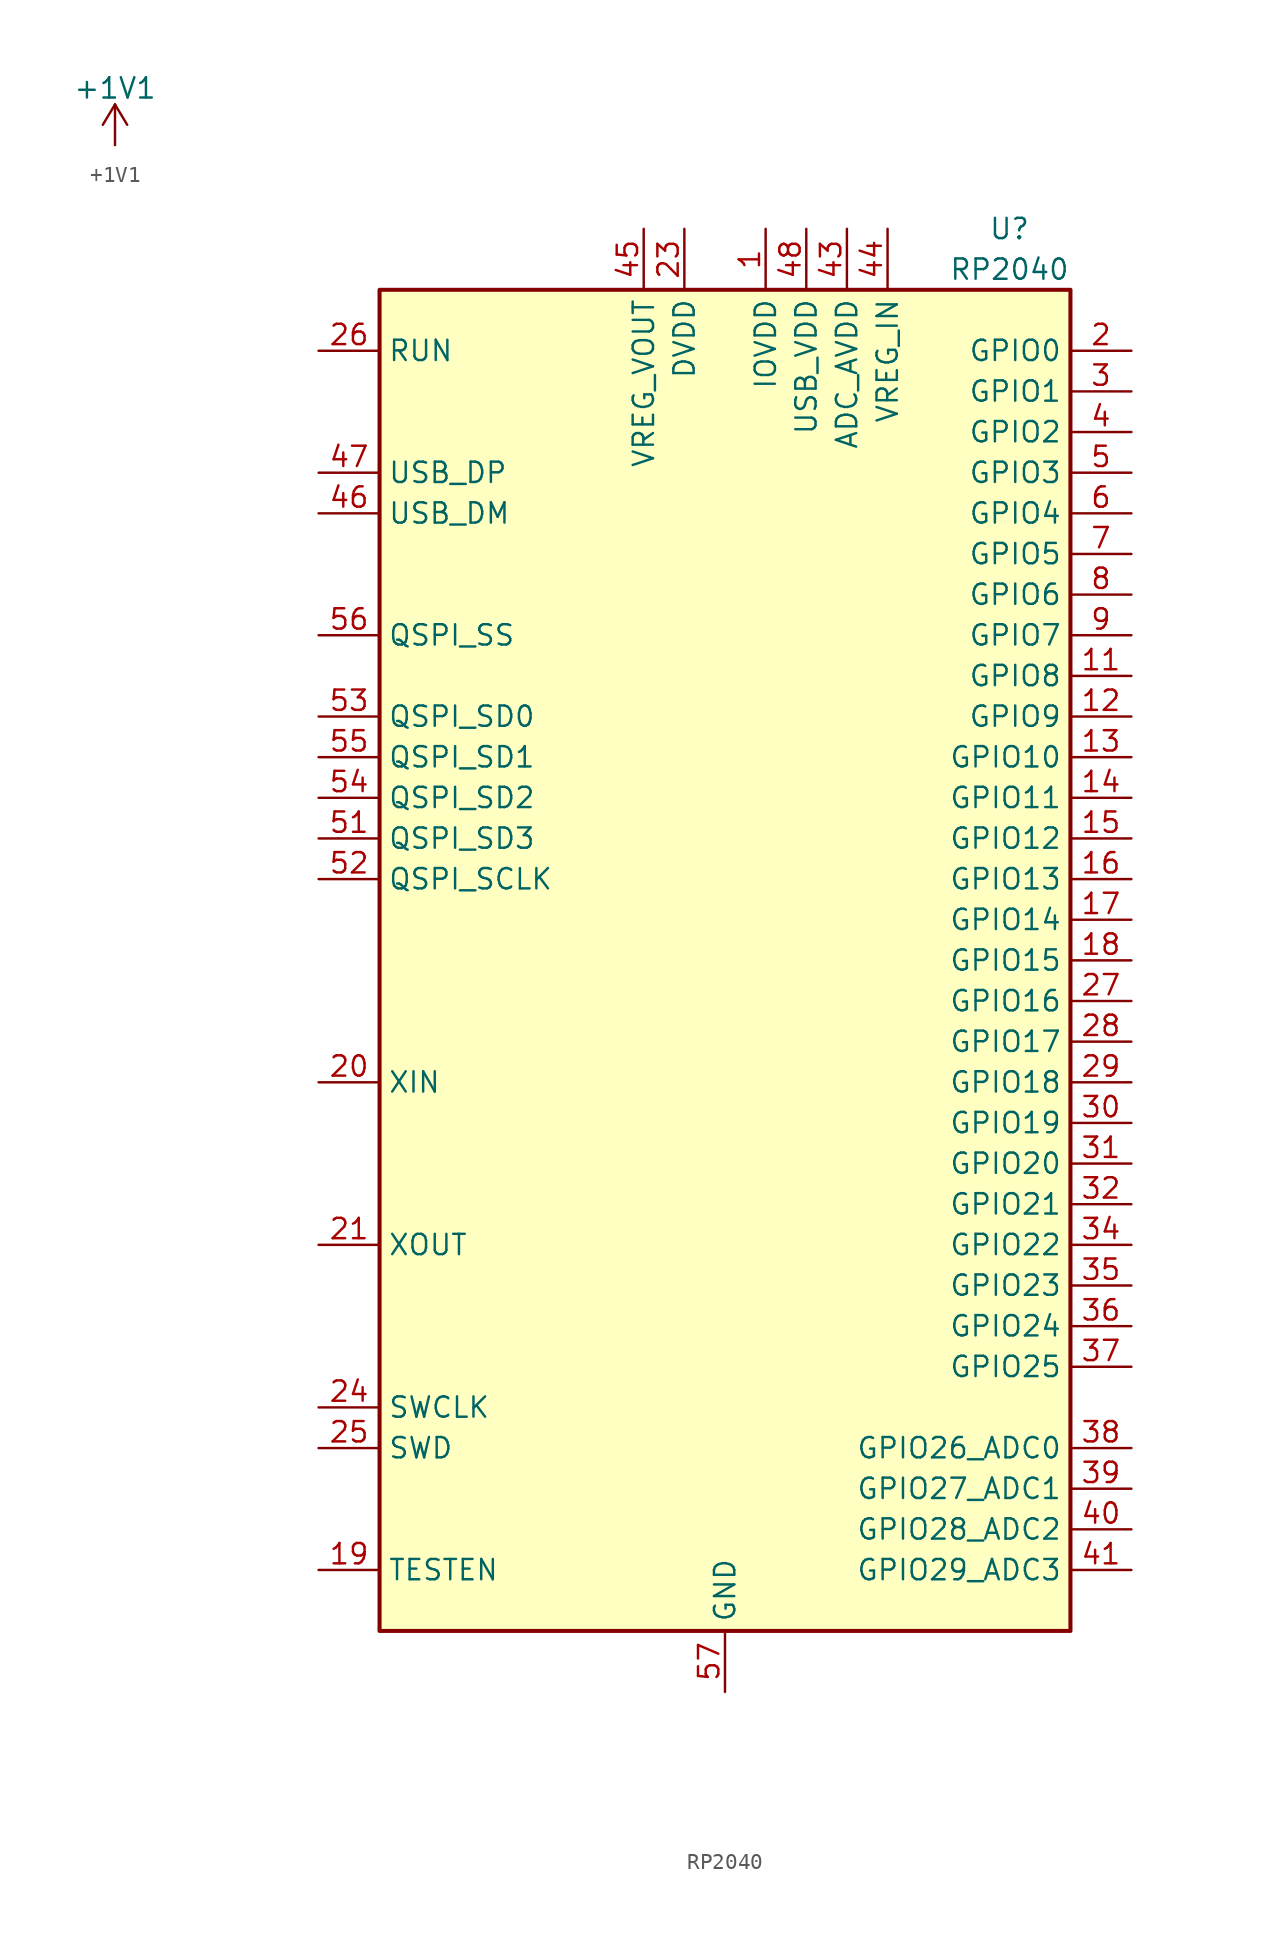
<source format=kicad_sym>
(kicad_symbol_lib
  (version 20241209)
  (generator "kicad_symbol_editor")
  (generator_version "9.0")
  (symbol "+1V1"
    (power)
    (pin_names
      (offset 0))
    (property "Reference" "#PWR"
      (at 0 -3.81 0)
      (effects (font (size 1.27 1.27)) (hide yes)))
    (property "Value" "+1V1"
      (at 0 3.556 0)
      (effects (font (size 1.27 1.27))))
    (symbol "+1V1_0_1"
      (polyline (pts (xy -0.762 1.27) (xy 0 2.54)) (stroke (width 0) (type default)) (fill (type none)))
      (polyline (pts (xy 0 2.54) (xy 0.762 1.27)) (stroke (width 0) (type default)) (fill (type none)))
      (polyline (pts (xy 0 0) (xy 0 2.54)) (stroke (width 0) (type default)) (fill (type none))))
    (symbol "+1V1_1_1"
      (pin power_in line (at 0 0 90) (length 0) (hide yes) (name "+1V1" (effects (font (size 1.27 1.27)))) (number "1" (effects (font (size 1.27 1.27)))))))
  (symbol "RP2040"
    (property "Reference" "U"
      (at 17.78 45.72 0)
      (effects (font (size 1.27 1.27))))
    (property "Value" "RP2040"
      (at 17.78 43.18 0)
      (effects (font (size 1.27 1.27))))
    (symbol "RP2040_0_1"
      (rectangle (start -21.59 41.91) (end 21.59 -41.91) (stroke (width 0.254) (type default)) (fill (type background))))
    (symbol "RP2040_1_1"
      (pin input line (at -25.4 38.1 0) (length 3.81) (name "RUN" (effects (font (size 1.27 1.27)))) (number "26" (effects (font (size 1.27 1.27)))))
      (pin bidirectional line (at -25.4 30.48 0) (length 3.81) (name "USB_DP" (effects (font (size 1.27 1.27)))) (number "47" (effects (font (size 1.27 1.27)))))
      (pin bidirectional line (at -25.4 27.94 0) (length 3.81) (name "USB_DM" (effects (font (size 1.27 1.27)))) (number "46" (effects (font (size 1.27 1.27)))))
      (pin bidirectional line (at -25.4 20.32 0) (length 3.81) (name "QSPI_SS" (effects (font (size 1.27 1.27)))) (number "56" (effects (font (size 1.27 1.27)))))
      (pin bidirectional line (at -25.4 15.24 0) (length 3.81) (name "QSPI_SD0" (effects (font (size 1.27 1.27)))) (number "53" (effects (font (size 1.27 1.27)))))
      (pin bidirectional line (at -25.4 12.7 0) (length 3.81) (name "QSPI_SD1" (effects (font (size 1.27 1.27)))) (number "55" (effects (font (size 1.27 1.27)))))
      (pin bidirectional line (at -25.4 10.16 0) (length 3.81) (name "QSPI_SD2" (effects (font (size 1.27 1.27)))) (number "54" (effects (font (size 1.27 1.27)))))
      (pin bidirectional line (at -25.4 7.62 0) (length 3.81) (name "QSPI_SD3" (effects (font (size 1.27 1.27)))) (number "51" (effects (font (size 1.27 1.27)))))
      (pin output line (at -25.4 5.08 0) (length 3.81) (name "QSPI_SCLK" (effects (font (size 1.27 1.27)))) (number "52" (effects (font (size 1.27 1.27)))))
      (pin input line (at -25.4 -7.62 0) (length 3.81) (name "XIN" (effects (font (size 1.27 1.27)))) (number "20" (effects (font (size 1.27 1.27)))))
      (pin passive line (at -25.4 -17.78 0) (length 3.81) (name "XOUT" (effects (font (size 1.27 1.27)))) (number "21" (effects (font (size 1.27 1.27)))))
      (pin output line (at -25.4 -27.94 0) (length 3.81) (name "SWCLK" (effects (font (size 1.27 1.27)))) (number "24" (effects (font (size 1.27 1.27)))))
      (pin bidirectional line (at -25.4 -30.48 0) (length 3.81) (name "SWD" (effects (font (size 1.27 1.27)))) (number "25" (effects (font (size 1.27 1.27)))))
      (pin input line (at -25.4 -38.1 0) (length 3.81) (name "TESTEN" (effects (font (size 1.27 1.27)))) (number "19" (effects (font (size 1.27 1.27)))))
      (pin power_out line (at -5.08 45.72 270) (length 3.81) (name "VREG_VOUT" (effects (font (size 1.27 1.27)))) (number "45" (effects (font (size 1.27 1.27)))))
      (pin power_in line (at -2.54 45.72 270) (length 3.81) (name "DVDD" (effects (font (size 1.27 1.27)))) (number "23" (effects (font (size 1.27 1.27)))))
      (pin passive line (at -2.54 45.72 270) (length 3.81) (hide yes) (name "DVDD" (effects (font (size 1.27 1.27)))) (number "50" (effects (font (size 1.27 1.27)))))
      (pin power_in line (at 0 -45.72 90) (length 3.81) (name "GND" (effects (font (size 1.27 1.27)))) (number "57" (effects (font (size 1.27 1.27)))))
      (pin power_in line (at 2.54 45.72 270) (length 3.81) (name "IOVDD" (effects (font (size 1.27 1.27)))) (number "1" (effects (font (size 1.27 1.27)))))
      (pin passive line (at 2.54 45.72 270) (length 3.81) (hide yes) (name "IOVDD" (effects (font (size 1.27 1.27)))) (number "10" (effects (font (size 1.27 1.27)))))
      (pin passive line (at 2.54 45.72 270) (length 3.81) (hide yes) (name "IOVDD" (effects (font (size 1.27 1.27)))) (number "22" (effects (font (size 1.27 1.27)))))
      (pin passive line (at 2.54 45.72 270) (length 3.81) (hide yes) (name "IOVDD" (effects (font (size 1.27 1.27)))) (number "33" (effects (font (size 1.27 1.27)))))
      (pin passive line (at 2.54 45.72 270) (length 3.81) (hide yes) (name "IOVDD" (effects (font (size 1.27 1.27)))) (number "42" (effects (font (size 1.27 1.27)))))
      (pin passive line (at 2.54 45.72 270) (length 3.81) (hide yes) (name "IOVDD" (effects (font (size 1.27 1.27)))) (number "49" (effects (font (size 1.27 1.27)))))
      (pin power_in line (at 5.08 45.72 270) (length 3.81) (name "USB_VDD" (effects (font (size 1.27 1.27)))) (number "48" (effects (font (size 1.27 1.27)))))
      (pin power_in line (at 7.62 45.72 270) (length 3.81) (name "ADC_AVDD" (effects (font (size 1.27 1.27)))) (number "43" (effects (font (size 1.27 1.27)))))
      (pin power_in line (at 10.16 45.72 270) (length 3.81) (name "VREG_IN" (effects (font (size 1.27 1.27)))) (number "44" (effects (font (size 1.27 1.27)))))
      (pin bidirectional line (at 25.4 38.1 180) (length 3.81) (name "GPIO0" (effects (font (size 1.27 1.27)))) (number "2" (effects (font (size 1.27 1.27)))))
      (pin bidirectional line (at 25.4 35.56 180) (length 3.81) (name "GPIO1" (effects (font (size 1.27 1.27)))) (number "3" (effects (font (size 1.27 1.27)))))
      (pin bidirectional line (at 25.4 33.02 180) (length 3.81) (name "GPIO2" (effects (font (size 1.27 1.27)))) (number "4" (effects (font (size 1.27 1.27)))))
      (pin bidirectional line (at 25.4 30.48 180) (length 3.81) (name "GPIO3" (effects (font (size 1.27 1.27)))) (number "5" (effects (font (size 1.27 1.27)))))
      (pin bidirectional line (at 25.4 27.94 180) (length 3.81) (name "GPIO4" (effects (font (size 1.27 1.27)))) (number "6" (effects (font (size 1.27 1.27)))))
      (pin bidirectional line (at 25.4 25.4 180) (length 3.81) (name "GPIO5" (effects (font (size 1.27 1.27)))) (number "7" (effects (font (size 1.27 1.27)))))
      (pin bidirectional line (at 25.4 22.86 180) (length 3.81) (name "GPIO6" (effects (font (size 1.27 1.27)))) (number "8" (effects (font (size 1.27 1.27)))))
      (pin bidirectional line (at 25.4 20.32 180) (length 3.81) (name "GPIO7" (effects (font (size 1.27 1.27)))) (number "9" (effects (font (size 1.27 1.27)))))
      (pin bidirectional line (at 25.4 17.78 180) (length 3.81) (name "GPIO8" (effects (font (size 1.27 1.27)))) (number "11" (effects (font (size 1.27 1.27)))))
      (pin bidirectional line (at 25.4 15.24 180) (length 3.81) (name "GPIO9" (effects (font (size 1.27 1.27)))) (number "12" (effects (font (size 1.27 1.27)))))
      (pin bidirectional line (at 25.4 12.7 180) (length 3.81) (name "GPIO10" (effects (font (size 1.27 1.27)))) (number "13" (effects (font (size 1.27 1.27)))))
      (pin bidirectional line (at 25.4 10.16 180) (length 3.81) (name "GPIO11" (effects (font (size 1.27 1.27)))) (number "14" (effects (font (size 1.27 1.27)))))
      (pin bidirectional line (at 25.4 7.62 180) (length 3.81) (name "GPIO12" (effects (font (size 1.27 1.27)))) (number "15" (effects (font (size 1.27 1.27)))))
      (pin bidirectional line (at 25.4 5.08 180) (length 3.81) (name "GPIO13" (effects (font (size 1.27 1.27)))) (number "16" (effects (font (size 1.27 1.27)))))
      (pin bidirectional line (at 25.4 2.54 180) (length 3.81) (name "GPIO14" (effects (font (size 1.27 1.27)))) (number "17" (effects (font (size 1.27 1.27)))))
      (pin bidirectional line (at 25.4 0 180) (length 3.81) (name "GPIO15" (effects (font (size 1.27 1.27)))) (number "18" (effects (font (size 1.27 1.27)))))
      (pin bidirectional line (at 25.4 -2.54 180) (length 3.81) (name "GPIO16" (effects (font (size 1.27 1.27)))) (number "27" (effects (font (size 1.27 1.27)))))
      (pin bidirectional line (at 25.4 -5.08 180) (length 3.81) (name "GPIO17" (effects (font (size 1.27 1.27)))) (number "28" (effects (font (size 1.27 1.27)))))
      (pin bidirectional line (at 25.4 -7.62 180) (length 3.81) (name "GPIO18" (effects (font (size 1.27 1.27)))) (number "29" (effects (font (size 1.27 1.27)))))
      (pin bidirectional line (at 25.4 -10.16 180) (length 3.81) (name "GPIO19" (effects (font (size 1.27 1.27)))) (number "30" (effects (font (size 1.27 1.27)))))
      (pin bidirectional line (at 25.4 -12.7 180) (length 3.81) (name "GPIO20" (effects (font (size 1.27 1.27)))) (number "31" (effects (font (size 1.27 1.27)))))
      (pin bidirectional line (at 25.4 -15.24 180) (length 3.81) (name "GPIO21" (effects (font (size 1.27 1.27)))) (number "32" (effects (font (size 1.27 1.27)))))
      (pin bidirectional line (at 25.4 -17.78 180) (length 3.81) (name "GPIO22" (effects (font (size 1.27 1.27)))) (number "34" (effects (font (size 1.27 1.27)))))
      (pin bidirectional line (at 25.4 -20.32 180) (length 3.81) (name "GPIO23" (effects (font (size 1.27 1.27)))) (number "35" (effects (font (size 1.27 1.27)))))
      (pin bidirectional line (at 25.4 -22.86 180) (length 3.81) (name "GPIO24" (effects (font (size 1.27 1.27)))) (number "36" (effects (font (size 1.27 1.27)))))
      (pin bidirectional line (at 25.4 -25.4 180) (length 3.81) (name "GPIO25" (effects (font (size 1.27 1.27)))) (number "37" (effects (font (size 1.27 1.27)))))
      (pin bidirectional line (at 25.4 -30.48 180) (length 3.81) (name "GPIO26_ADC0" (effects (font (size 1.27 1.27)))) (number "38" (effects (font (size 1.27 1.27)))))
      (pin bidirectional line (at 25.4 -33.02 180) (length 3.81) (name "GPIO27_ADC1" (effects (font (size 1.27 1.27)))) (number "39" (effects (font (size 1.27 1.27)))))
      (pin bidirectional line (at 25.4 -35.56 180) (length 3.81) (name "GPIO28_ADC2" (effects (font (size 1.27 1.27)))) (number "40" (effects (font (size 1.27 1.27)))))
      (pin bidirectional line (at 25.4 -38.1 180) (length 3.81) (name "GPIO29_ADC3" (effects (font (size 1.27 1.27)))) (number "41" (effects (font (size 1.27 1.27))))))))
</source>
